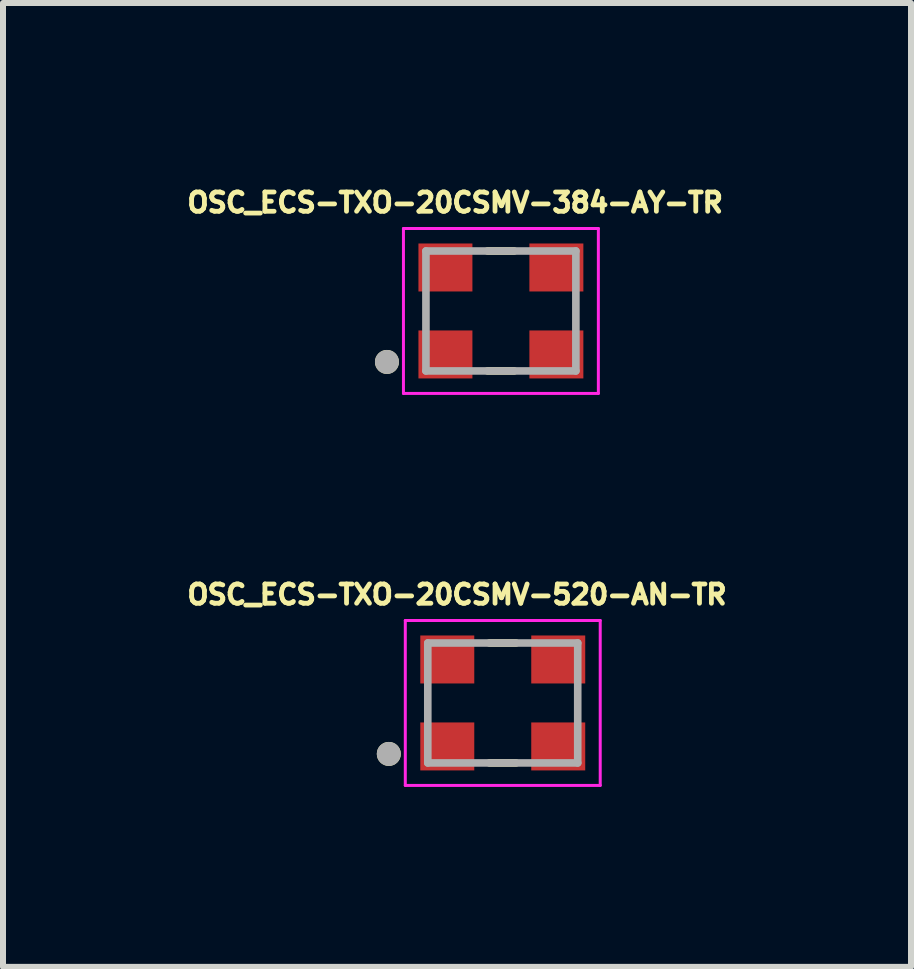
<source format=kicad_pcb>
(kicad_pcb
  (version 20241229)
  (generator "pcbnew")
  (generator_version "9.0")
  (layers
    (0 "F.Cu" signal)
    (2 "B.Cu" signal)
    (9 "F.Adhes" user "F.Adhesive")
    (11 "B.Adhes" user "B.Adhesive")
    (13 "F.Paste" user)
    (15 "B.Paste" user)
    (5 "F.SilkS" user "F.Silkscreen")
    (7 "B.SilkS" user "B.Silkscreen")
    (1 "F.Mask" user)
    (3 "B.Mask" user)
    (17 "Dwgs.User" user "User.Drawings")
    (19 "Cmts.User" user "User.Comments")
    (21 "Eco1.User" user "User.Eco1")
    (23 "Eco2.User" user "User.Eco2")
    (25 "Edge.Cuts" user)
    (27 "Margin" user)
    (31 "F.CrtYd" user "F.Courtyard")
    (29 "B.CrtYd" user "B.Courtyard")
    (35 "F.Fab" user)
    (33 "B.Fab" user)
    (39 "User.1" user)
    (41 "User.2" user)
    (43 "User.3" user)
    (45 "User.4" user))
  (footprint "OSC_ECS-TXO-20CSMV-520-AN-TR"
    (layer "F.Cu")
    (at 5.333 8.671)
    (property "Reference" "OSC_ECS-TXO-20CSMV-520-AN-TR" (at -0.763 -1.807 0) (layer "F.SilkS") (effects (font (size 0.321 0.321) (thickness 0.15))))
    (attr smd)
    (fp_line (start -0.221 -1) (end 0.221 -1) (stroke (width 0.127) (type solid)) (layer "F.SilkS"))
    (fp_line (start -0.221 1) (end 0.221 1) (stroke (width 0.127) (type solid)) (layer "F.SilkS"))
    (fp_circle (center -1.9 0.85) (end -1.8 0.85) (stroke (width 0.2) (type solid)) (fill no) (layer "F.SilkS"))
    (fp_line (start -1.625 -1.375) (end 1.625 -1.375) (stroke (width 0.05) (type solid)) (layer "F.CrtYd"))
    (fp_line (start -1.625 1.375) (end -1.625 -1.375) (stroke (width 0.05) (type solid)) (layer "F.CrtYd"))
    (fp_line (start 1.625 -1.375) (end 1.625 1.375) (stroke (width 0.05) (type solid)) (layer "F.CrtYd"))
    (fp_line (start 1.625 1.375) (end -1.625 1.375) (stroke (width 0.05) (type solid)) (layer "F.CrtYd"))
    (fp_line (start -1.25 -1) (end 1.25 -1) (stroke (width 0.127) (type solid)) (layer "F.Fab"))
    (fp_line (start -1.25 1) (end -1.25 -1) (stroke (width 0.127) (type solid)) (layer "F.Fab"))
    (fp_line (start 1.25 -1) (end 1.25 1) (stroke (width 0.127) (type solid)) (layer "F.Fab"))
    (fp_line (start 1.25 1) (end -1.25 1) (stroke (width 0.127) (type solid)) (layer "F.Fab"))
    (fp_circle (center -1.9 0.85) (end -1.8 0.85) (stroke (width 0.2) (type solid)) (fill no) (layer "F.Fab"))
    (pad "1" smd rect (at -0.925 0.725) (size 0.9 0.8) (layers "F.Cu" "F.Mask" "F.Paste"))
    (pad "2" smd rect (at 0.925 0.725) (size 0.9 0.8) (layers "F.Cu" "F.Mask" "F.Paste"))
    (pad "3" smd rect (at 0.925 -0.725) (size 0.9 0.8) (layers "F.Cu" "F.Mask" "F.Paste"))
    (pad "4" smd rect (at -0.925 -0.725) (size 0.9 0.8) (layers "F.Cu" "F.Mask" "F.Paste")))
  (footprint "OSC_ECS-TXO-20CSMV-384-AY-TR"
    (layer "F.Cu")
    (at 5.302 2.135)
    (property "Reference" "OSC_ECS-TXO-20CSMV-384-AY-TR" (at -0.763 -1.807 0) (layer "F.SilkS") (effects (font (size 0.321 0.321) (thickness 0.15))))
    (attr smd)
    (fp_line (start -0.221 -1) (end 0.221 -1) (stroke (width 0.127) (type solid)) (layer "F.SilkS"))
    (fp_line (start -0.221 1) (end 0.221 1) (stroke (width 0.127) (type solid)) (layer "F.SilkS"))
    (fp_circle (center -1.9 0.85) (end -1.8 0.85) (stroke (width 0.2) (type solid)) (fill no) (layer "F.SilkS"))
    (fp_line (start -1.625 -1.375) (end 1.625 -1.375) (stroke (width 0.05) (type solid)) (layer "F.CrtYd"))
    (fp_line (start -1.625 1.375) (end -1.625 -1.375) (stroke (width 0.05) (type solid)) (layer "F.CrtYd"))
    (fp_line (start 1.625 -1.375) (end 1.625 1.375) (stroke (width 0.05) (type solid)) (layer "F.CrtYd"))
    (fp_line (start 1.625 1.375) (end -1.625 1.375) (stroke (width 0.05) (type solid)) (layer "F.CrtYd"))
    (fp_line (start -1.25 -1) (end 1.25 -1) (stroke (width 0.127) (type solid)) (layer "F.Fab"))
    (fp_line (start -1.25 1) (end -1.25 -1) (stroke (width 0.127) (type solid)) (layer "F.Fab"))
    (fp_line (start 1.25 -1) (end 1.25 1) (stroke (width 0.127) (type solid)) (layer "F.Fab"))
    (fp_line (start 1.25 1) (end -1.25 1) (stroke (width 0.127) (type solid)) (layer "F.Fab"))
    (fp_circle (center -1.9 0.85) (end -1.8 0.85) (stroke (width 0.2) (type solid)) (fill no) (layer "F.Fab"))
    (pad "1" smd rect (at -0.925 0.725) (size 0.9 0.8) (layers "F.Cu" "F.Mask" "F.Paste"))
    (pad "2" smd rect (at 0.925 0.725) (size 0.9 0.8) (layers "F.Cu" "F.Mask" "F.Paste"))
    (pad "3" smd rect (at 0.925 -0.725) (size 0.9 0.8) (layers "F.Cu" "F.Mask" "F.Paste"))
    (pad "4" smd rect (at -0.925 -0.725) (size 0.9 0.8) (layers "F.Cu" "F.Mask" "F.Paste")))
  (gr_rect
    (start -3 -3)
    (end 12.14 13.071)
    (stroke (width 0.1) (type default))
    (fill no)
    (layer "Edge.Cuts")))
</source>
